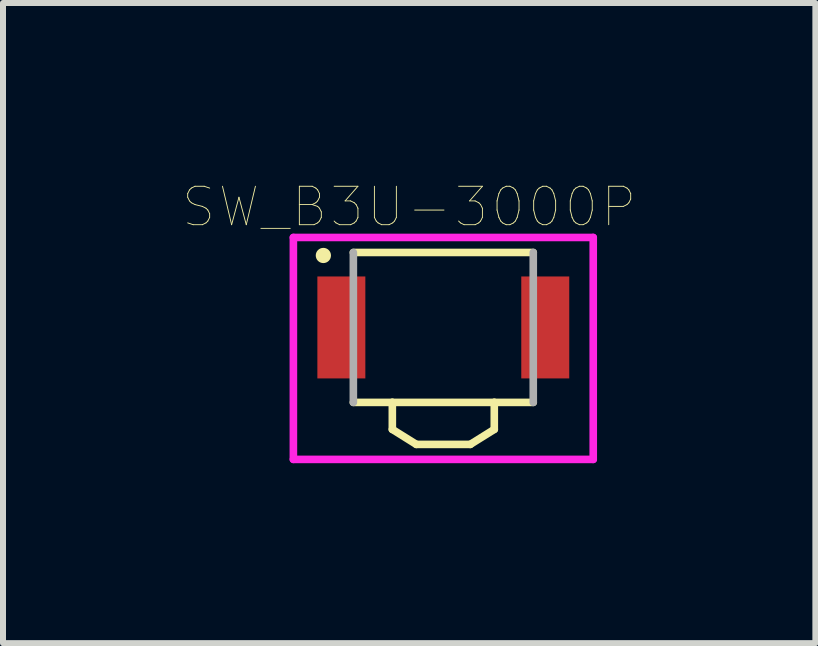
<source format=kicad_pcb>
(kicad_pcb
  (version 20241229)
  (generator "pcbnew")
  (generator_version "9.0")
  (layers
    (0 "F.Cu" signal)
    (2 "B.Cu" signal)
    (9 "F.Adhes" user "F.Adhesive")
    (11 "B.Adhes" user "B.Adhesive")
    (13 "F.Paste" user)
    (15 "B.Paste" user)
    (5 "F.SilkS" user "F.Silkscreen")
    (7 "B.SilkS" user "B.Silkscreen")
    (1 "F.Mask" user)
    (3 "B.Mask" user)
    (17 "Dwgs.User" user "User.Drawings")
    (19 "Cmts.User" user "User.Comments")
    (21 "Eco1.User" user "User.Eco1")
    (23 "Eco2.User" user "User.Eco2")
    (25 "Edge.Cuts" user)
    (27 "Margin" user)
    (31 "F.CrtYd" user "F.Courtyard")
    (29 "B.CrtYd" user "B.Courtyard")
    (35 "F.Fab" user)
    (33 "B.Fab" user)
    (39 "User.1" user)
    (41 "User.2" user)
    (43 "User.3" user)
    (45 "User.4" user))
  (footprint "SW_B3U-3000P"
    (layer "F.Cu")
    (at 4.342 2.41)
    (property "Reference" "SW_B3U-3000P" (at -0.569 -2.009 0) (layer "F.SilkS") (effects (font (size 0.641 0.641) (thickness 0.015))))
    (attr through_hole)
    (fp_line (start -1.5 1.25) (end -0.85 1.25) (stroke (width 0.127) (type solid)) (layer "F.SilkS"))
    (fp_line (start -0.85 1.25) (end -0.85 1.7) (stroke (width 0.127) (type solid)) (layer "F.SilkS"))
    (fp_line (start -0.85 1.25) (end 0.85 1.25) (stroke (width 0.127) (type solid)) (layer "F.SilkS"))
    (fp_line (start -0.45 1.95) (end -0.85 1.7) (stroke (width 0.127) (type solid)) (layer "F.SilkS"))
    (fp_line (start 0.45 1.95) (end -0.45 1.95) (stroke (width 0.127) (type solid)) (layer "F.SilkS"))
    (fp_line (start 0.45 1.95) (end 0.85 1.7) (stroke (width 0.127) (type solid)) (layer "F.SilkS"))
    (fp_line (start 0.85 1.25) (end 0.85 1.7) (stroke (width 0.127) (type solid)) (layer "F.SilkS"))
    (fp_line (start 0.85 1.25) (end 1.5 1.25) (stroke (width 0.127) (type solid)) (layer "F.SilkS"))
    (fp_line (start 1.5 -1.25) (end -1.5 -1.25) (stroke (width 0.127) (type solid)) (layer "F.SilkS"))
    (fp_circle (center -2 -1.2) (end -1.873 -1.2) (stroke (width 0) (type solid)) (fill yes) (layer "F.SilkS"))
    (fp_line (start -2.5 -1.5) (end 2.5 -1.5) (stroke (width 0.127) (type solid)) (layer "F.CrtYd"))
    (fp_line (start -2.5 2.2) (end -2.5 -1.5) (stroke (width 0.127) (type solid)) (layer "F.CrtYd"))
    (fp_line (start 2.5 -1.5) (end 2.5 2.2) (stroke (width 0.127) (type solid)) (layer "F.CrtYd"))
    (fp_line (start 2.5 2.2) (end -2.5 2.2) (stroke (width 0.127) (type solid)) (layer "F.CrtYd"))
    (fp_line (start -1.5 -1.25) (end -1.5 1.25) (stroke (width 0.127) (type solid)) (layer "F.Fab"))
    (fp_line (start 1.5 1.25) (end 1.5 -1.25) (stroke (width 0.127) (type solid)) (layer "F.Fab"))
    (pad "1" smd rect (at -1.7 0) (size 0.8 1.7) (layers "F.Cu" "F.Mask" "F.Paste"))
    (pad "2" smd rect (at 1.7 0) (size 0.8 1.7) (layers "F.Cu" "F.Mask" "F.Paste")))
  (gr_rect
    (start -3 -3)
    (end 10.546 7.674)
    (stroke (width 0.1) (type default))
    (fill no)
    (layer "Edge.Cuts")))
</source>
